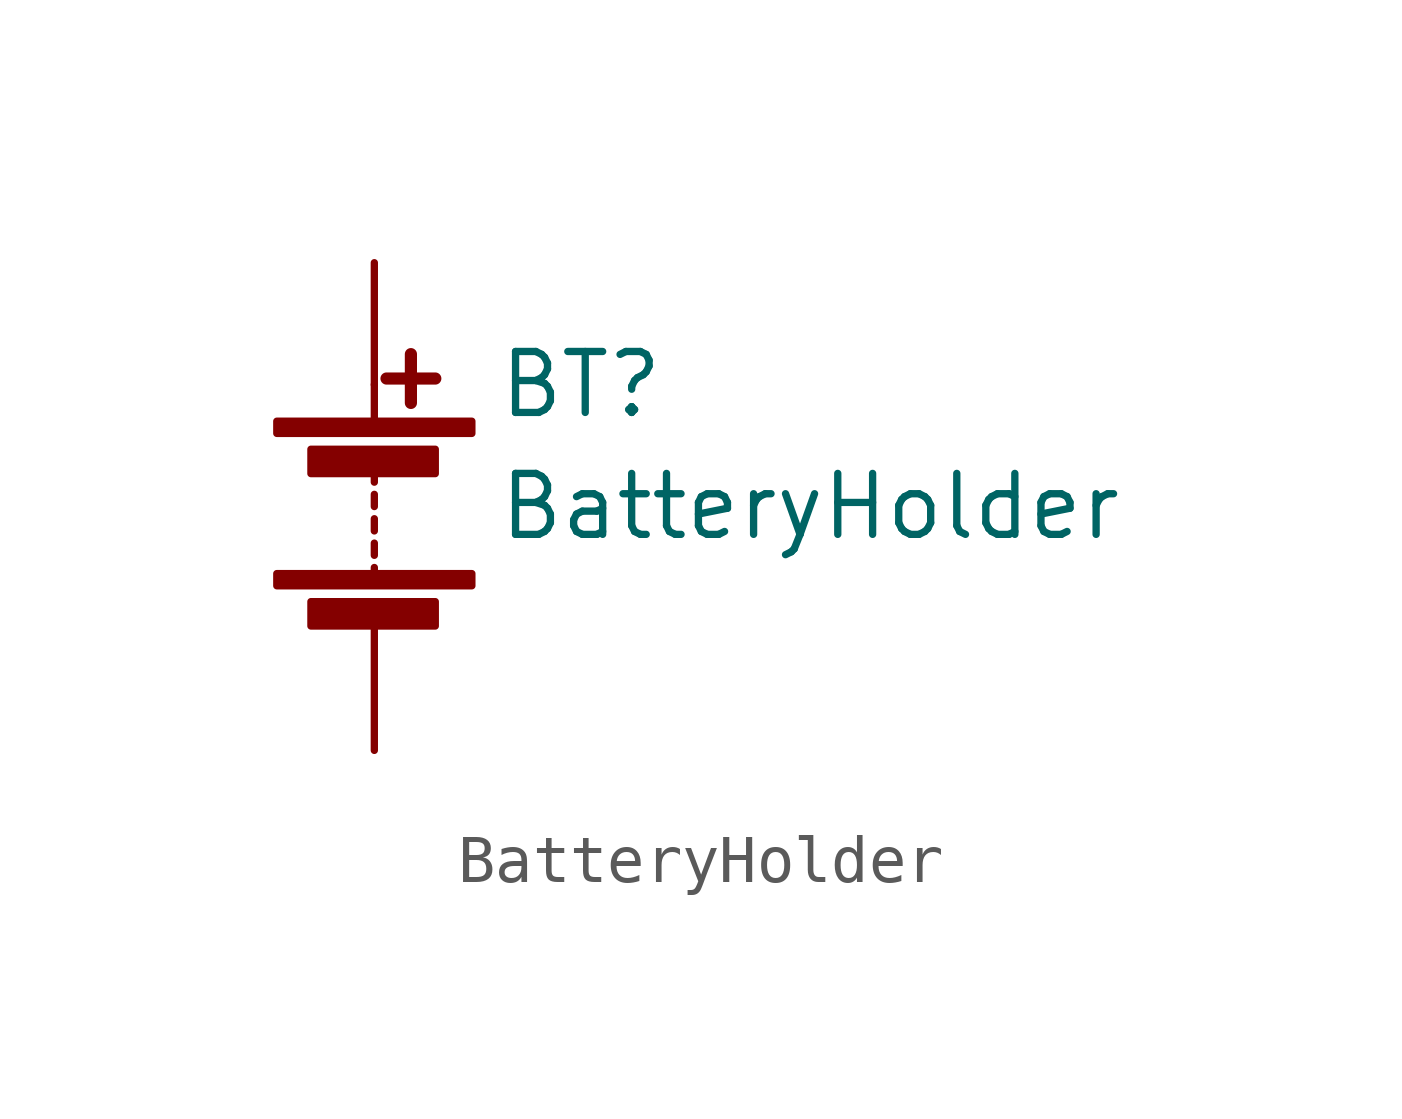
<source format=kicad_sym>
(kicad_symbol_lib
  (version 20220914)
  (generator kicad_symbol_editor)
  (symbol "BatteryHolder"
    (pin_numbers hide)
    (pin_names
      (offset 0) hide)
    (property "Reference" "BT"
      (at 2.54 2.54 0)
      (effects (font (size 1.27 1.27)) (justify left)))
    (property "Value" "BatteryHolder"
      (at 2.54 0 0)
      (effects (font (size 1.27 1.27)) (justify left)))
    (symbol "BatteryHolder_0_1"
      (rectangle (start -2.032 -1.397) (end 2.032 -1.651) (stroke (width 0) (type default)) (fill (type outline)))
      (rectangle (start -2.032 1.778) (end 2.032 1.524) (stroke (width 0) (type default)) (fill (type outline)))
      (rectangle (start -1.321 -1.981) (end 1.27 -2.489) (stroke (width 0) (type default)) (fill (type outline)))
      (rectangle (start -1.321 1.194) (end 1.27 0.686) (stroke (width 0) (type default)) (fill (type outline)))
      (polyline (pts (xy 0 -1.524) (xy 0 -1.27)) (stroke (width 0) (type default)) (fill (type none)))
      (polyline (pts (xy 0 -1.016) (xy 0 -0.762)) (stroke (width 0) (type default)) (fill (type none)))
      (polyline (pts (xy 0 -0.508) (xy 0 -0.254)) (stroke (width 0) (type default)) (fill (type none)))
      (polyline (pts (xy 0 0) (xy 0 0.254)) (stroke (width 0) (type default)) (fill (type none)))
      (polyline (pts (xy 0 0.508) (xy 0 0.762)) (stroke (width 0) (type default)) (fill (type none)))
      (polyline (pts (xy 0 1.778) (xy 0 2.54)) (stroke (width 0) (type default)) (fill (type none)))
      (polyline (pts (xy 0.254 2.667) (xy 1.27 2.667)) (stroke (width 0.254) (type default)) (fill (type none)))
      (polyline (pts (xy 0.762 3.175) (xy 0.762 2.159)) (stroke (width 0.254) (type default)) (fill (type none))))
    (symbol "BatteryHolder_1_1"
      (pin passive line (at 0 5.08 270) (length 2.54) (name "+" (effects (font (size 1.27 1.27)))) (number "1" (effects (font (size 1.27 1.27)))))
      (pin passive line (at 0 -5.08 90) (length 2.54) (name "-" (effects (font (size 1.27 1.27)))) (number "2" (effects (font (size 1.27 1.27))))))))
</source>
